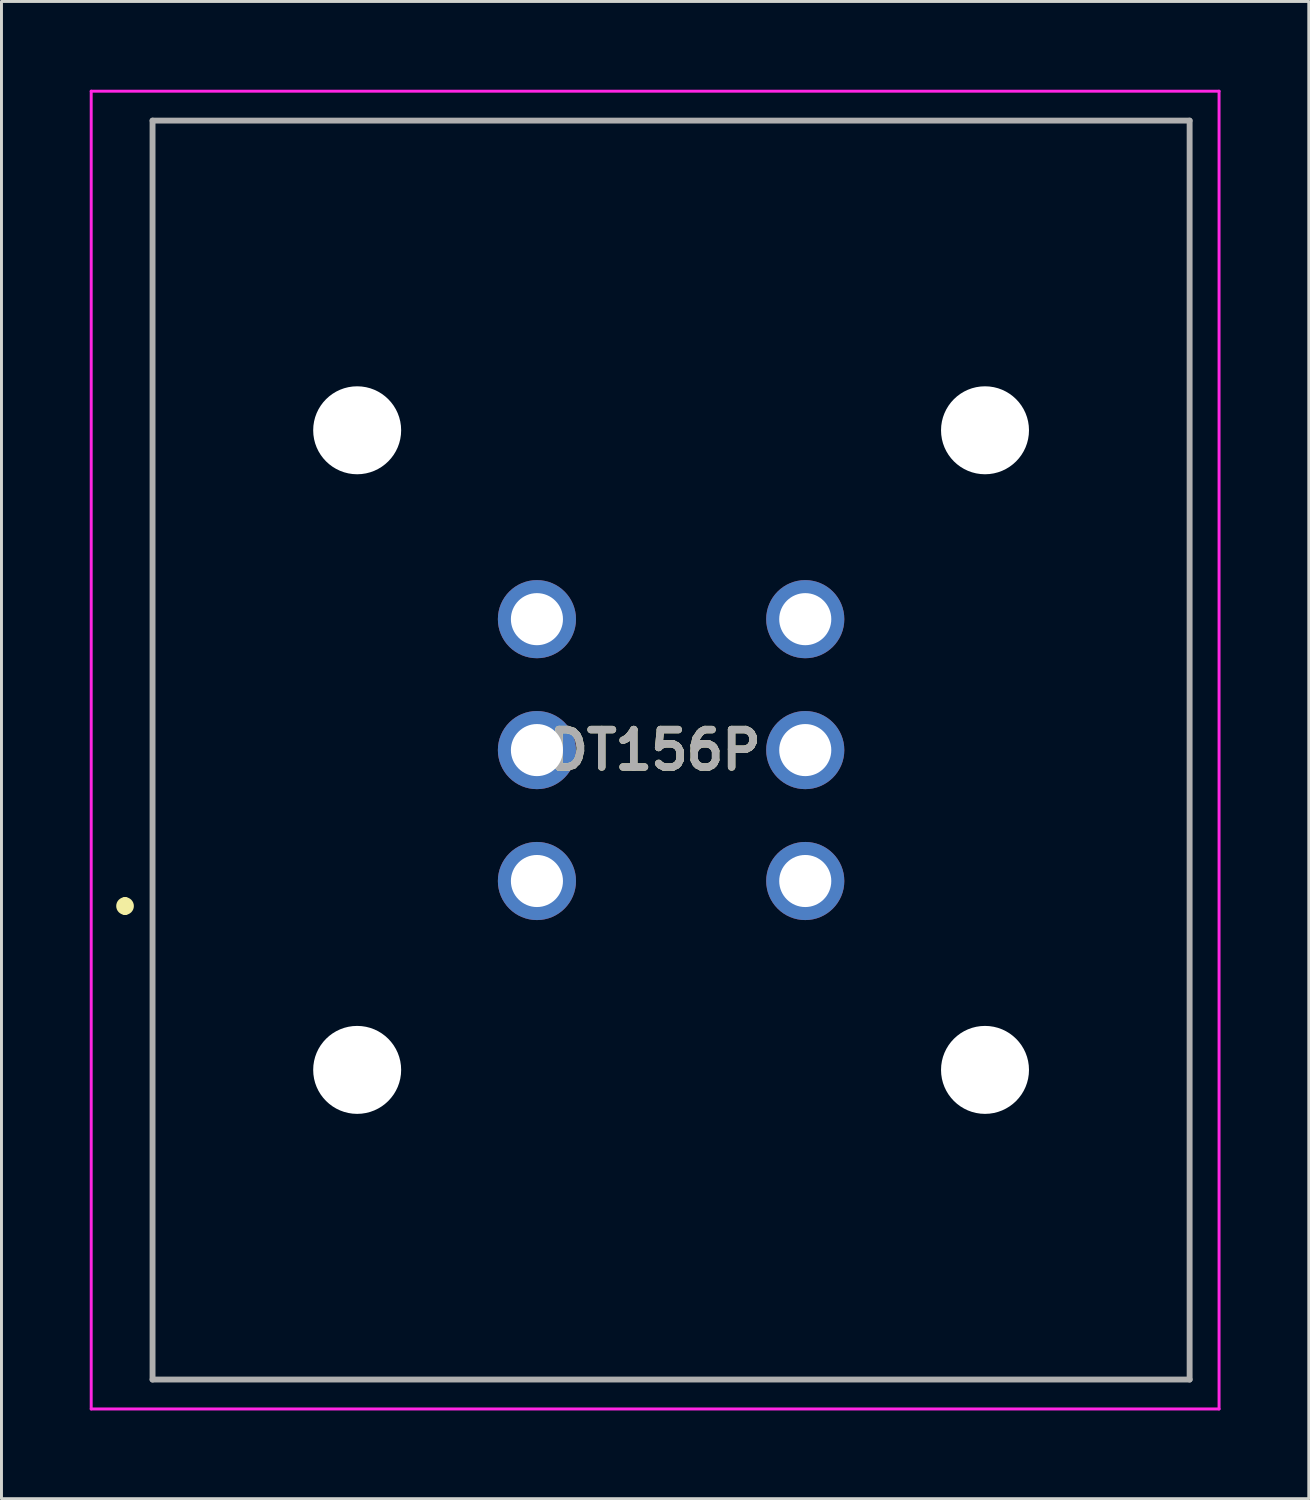
<source format=kicad_pcb>
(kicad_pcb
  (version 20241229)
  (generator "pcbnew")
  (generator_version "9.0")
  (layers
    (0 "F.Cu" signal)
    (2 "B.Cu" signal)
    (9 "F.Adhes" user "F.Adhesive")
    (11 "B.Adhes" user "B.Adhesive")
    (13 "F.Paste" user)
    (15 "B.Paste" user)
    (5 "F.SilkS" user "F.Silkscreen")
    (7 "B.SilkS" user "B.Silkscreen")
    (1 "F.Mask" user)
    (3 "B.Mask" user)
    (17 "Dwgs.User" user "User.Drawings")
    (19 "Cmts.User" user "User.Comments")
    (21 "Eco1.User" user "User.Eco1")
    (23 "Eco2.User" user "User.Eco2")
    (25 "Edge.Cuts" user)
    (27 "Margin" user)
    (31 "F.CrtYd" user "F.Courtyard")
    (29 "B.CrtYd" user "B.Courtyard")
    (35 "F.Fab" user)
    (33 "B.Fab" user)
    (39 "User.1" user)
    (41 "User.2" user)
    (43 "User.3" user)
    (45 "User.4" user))
  (footprint "DT156P"
    (layer "F.Cu")
    (at 15.2 26.895)
    (property "Reference" "DT156P" (at 4.017 -4.45 0) (layer "F.SilkS") (effects (font (size 1.27 1.27) (thickness 0.254))))
    (attr through_hole)
    (fp_line (start -14 0.7) (end -14 0.7) (stroke (width 0.3) (type solid)) (layer "F.SilkS"))
    (fp_line (start -14 1) (end -14 1) (stroke (width 0.3) (type solid)) (layer "F.SilkS"))
    (fp_line (start -13.065 -25.845) (end 22.185 -25.845) (stroke (width 0.1) (type solid)) (layer "F.SilkS"))
    (fp_line (start -13.065 16.945) (end -13.065 -25.845) (stroke (width 0.1) (type solid)) (layer "F.SilkS"))
    (fp_line (start 22.185 -25.845) (end 22.185 16.945) (stroke (width 0.1) (type solid)) (layer "F.SilkS"))
    (fp_line (start 22.185 16.945) (end -13.065 16.945) (stroke (width 0.1) (type solid)) (layer "F.SilkS"))
    (fp_arc (start -14 0.7) (mid -13.85 0.85) (end -14 1) (stroke (width 0.3) (type solid)) (layer "F.SilkS"))
    (fp_arc (start -14 1) (mid -14.15 0.85) (end -14 0.7) (stroke (width 0.3) (type solid)) (layer "F.SilkS"))
    (fp_line (start -15.15 -26.845) (end 23.185 -26.845) (stroke (width 0.1) (type solid)) (layer "F.CrtYd"))
    (fp_line (start -15.15 17.945) (end -15.15 -26.845) (stroke (width 0.1) (type solid)) (layer "F.CrtYd"))
    (fp_line (start 23.185 -26.845) (end 23.185 17.945) (stroke (width 0.1) (type solid)) (layer "F.CrtYd"))
    (fp_line (start 23.185 17.945) (end -15.15 17.945) (stroke (width 0.1) (type solid)) (layer "F.CrtYd"))
    (fp_line (start -13.065 -25.845) (end 22.185 -25.845) (stroke (width 0.2) (type solid)) (layer "F.Fab"))
    (fp_line (start -13.065 16.945) (end -13.065 -25.845) (stroke (width 0.2) (type solid)) (layer "F.Fab"))
    (fp_line (start 22.185 -25.845) (end 22.185 16.945) (stroke (width 0.2) (type solid)) (layer "F.Fab"))
    (fp_line (start 22.185 16.945) (end -13.065 16.945) (stroke (width 0.2) (type solid)) (layer "F.Fab"))
    (fp_text user "${REFERENCE}" (at 4.017 -4.45 0) (layer "F.Fab") (effects (font (size 1.27 1.27) (thickness 0.254))))
    (pad "" np_thru_hole circle (at -6.11 -15.32) (size 2.99 2.99) (drill 2.99) (layers "*.Cu" "*.Mask"))
    (pad "" np_thru_hole circle (at -6.11 6.42) (size 2.99 2.99) (drill 2.99) (layers "*.Cu" "*.Mask"))
    (pad "" np_thru_hole circle (at 15.23 -15.32) (size 2.99 2.99) (drill 2.99) (layers "*.Cu" "*.Mask"))
    (pad "" np_thru_hole circle (at 15.23 6.42) (size 2.99 2.99) (drill 2.99) (layers "*.Cu" "*.Mask"))
    (pad "1" thru_hole circle (at 0 0) (size 2.655 2.655) (drill 1.77) (layers "*.Cu" "*.Mask"))
    (pad "2" thru_hole circle (at 0 -4.45) (size 2.655 2.655) (drill 1.77) (layers "*.Cu" "*.Mask"))
    (pad "3" thru_hole circle (at 0 -8.9) (size 2.655 2.655) (drill 1.77) (layers "*.Cu" "*.Mask"))
    (pad "4" thru_hole circle (at 9.12 -8.9) (size 2.655 2.655) (drill 1.77) (layers "*.Cu" "*.Mask"))
    (pad "5" thru_hole circle (at 9.12 -4.45) (size 2.655 2.655) (drill 1.77) (layers "*.Cu" "*.Mask"))
    (pad "6" thru_hole circle (at 9.12 0) (size 2.655 2.655) (drill 1.77) (layers "*.Cu" "*.Mask")))
  (gr_rect
    (start -3 -3)
    (end 41.435 47.89)
    (stroke (width 0.1) (type default))
    (fill no)
    (layer "Edge.Cuts")))
</source>
